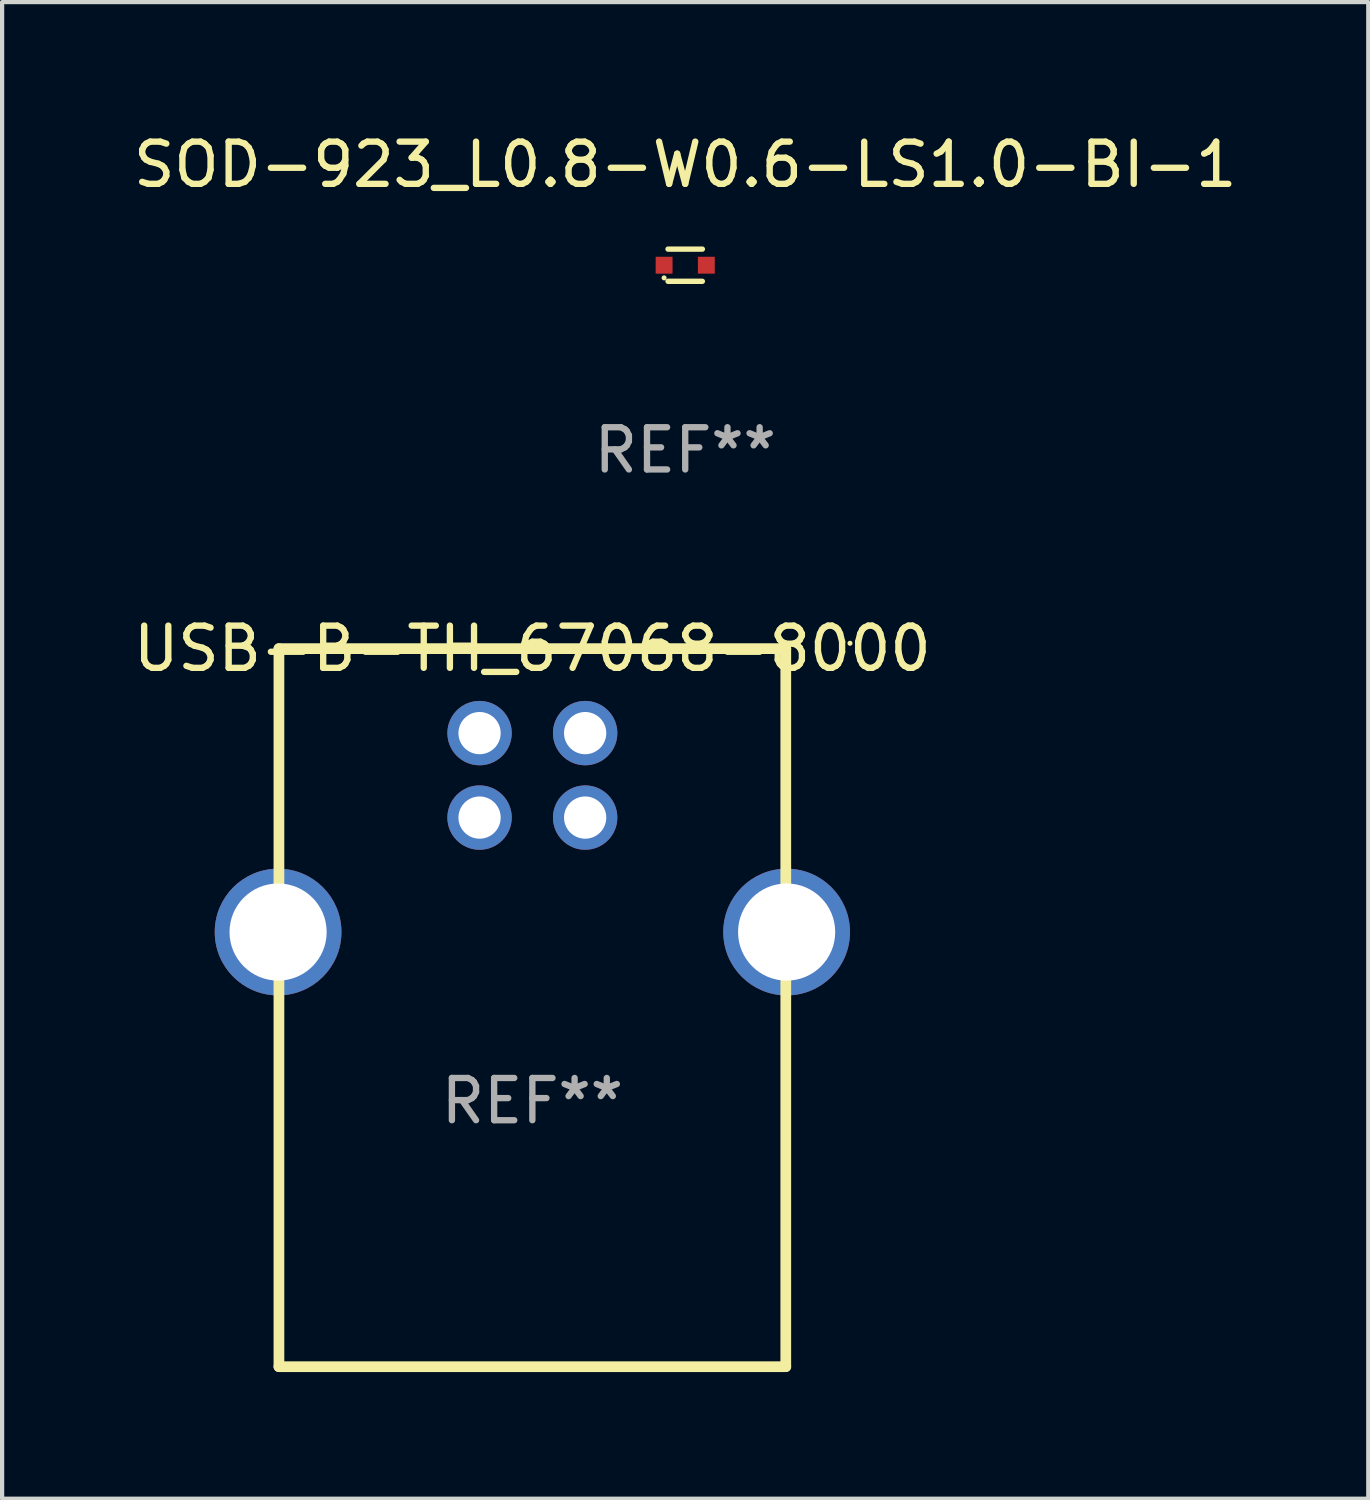
<source format=kicad_pcb>
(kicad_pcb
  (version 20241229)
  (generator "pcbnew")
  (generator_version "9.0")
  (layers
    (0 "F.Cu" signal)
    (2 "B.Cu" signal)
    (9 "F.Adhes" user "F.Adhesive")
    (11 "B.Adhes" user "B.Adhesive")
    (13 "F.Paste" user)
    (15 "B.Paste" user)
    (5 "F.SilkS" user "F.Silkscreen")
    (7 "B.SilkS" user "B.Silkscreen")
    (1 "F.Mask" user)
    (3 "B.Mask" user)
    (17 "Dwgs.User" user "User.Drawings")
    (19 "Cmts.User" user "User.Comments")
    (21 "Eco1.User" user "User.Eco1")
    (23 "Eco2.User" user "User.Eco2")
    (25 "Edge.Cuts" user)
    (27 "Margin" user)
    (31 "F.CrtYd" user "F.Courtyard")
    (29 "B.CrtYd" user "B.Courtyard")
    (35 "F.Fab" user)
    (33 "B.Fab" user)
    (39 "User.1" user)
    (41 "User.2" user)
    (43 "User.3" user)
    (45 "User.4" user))
  (footprint "USB-B-TH_67068-8000"
    (layer "F.Cu")
    (at 9.554 16.662)
    (property "Reference" "USB-B-TH_67068-8000" (at 0 -4.355 0) (layer "F.SilkS") (effects (font (size 1 1) (thickness 0.15))))
    (attr through_hole)
    (fp_line (start -6 -4.355) (end -6 12.645) (stroke (width 0.254) (type solid)) (layer "F.SilkS"))
    (fp_line (start -6 12.645) (end 6 12.645) (stroke (width 0.254) (type solid)) (layer "F.SilkS"))
    (fp_line (start 6 -4.355) (end -6 -4.355) (stroke (width 0.254) (type solid)) (layer "F.SilkS"))
    (fp_line (start 6 12.645) (end 6 -4.355) (stroke (width 0.254) (type solid)) (layer "F.SilkS"))
    (fp_circle (center 7.52 -4.482) (end 7.55 -4.482) (stroke (width 0.06) (type solid)) (fill no) (layer "F.SilkS"))
    (fp_text user "REF**" (at 0 6.355 0) (layer "F.Fab") (effects (font (size 1 1) (thickness 0.15))))
    (pad "1" thru_hole circle (at 1.25 -2.355) (size 1.524 1.524) (drill 1) (layers "*.Cu" "*.Mask"))
    (pad "2" thru_hole circle (at -1.25 -2.355) (size 1.524 1.524) (drill 1) (layers "*.Cu" "*.Mask"))
    (pad "3" thru_hole circle (at -1.25 -0.355) (size 1.524 1.524) (drill 1) (layers "*.Cu" "*.Mask"))
    (pad "4" thru_hole circle (at 1.25 -0.355) (size 1.524 1.524) (drill 1) (layers "*.Cu" "*.Mask"))
    (pad "5" thru_hole circle (at 6.02 2.355) (size 3 3) (drill 2.3) (layers "*.Cu" "*.Mask"))
    (pad "6" thru_hole circle (at -6.02 2.355) (size 3 3) (drill 2.3) (layers "*.Cu" "*.Mask")))
  (footprint "SOD-923_L0.8-W0.6-LS1.0-BI-1"
    (layer "F.Cu")
    (at 13.173 3.229)
    (property "Reference" "SOD-923_L0.8-W0.6-LS1.0-BI-1" (at 0 -2.381 0) (layer "F.SilkS") (effects (font (size 1 1) (thickness 0.15))))
    (attr through_hole)
    (fp_line (start -0.407 -0.381) (end 0.406 -0.381) (stroke (width 0.127) (type solid)) (layer "F.SilkS"))
    (fp_line (start 0.406 0.381) (end -0.407 0.381) (stroke (width 0.127) (type solid)) (layer "F.SilkS"))
    (fp_circle (center -0.5 0.3) (end -0.47 0.3) (stroke (width 0.06) (type solid)) (fill no) (layer "F.SilkS"))
    (fp_text user "REF**" (at 0 4.381 0) (layer "F.Fab") (effects (font (size 1 1) (thickness 0.15))))
    (pad "1" smd rect (at -0.5 0 90) (size 0.4 0.4) (layers "F.Cu" "F.Mask" "F.Paste"))
    (pad "2" smd rect (at 0.5 0 90) (size 0.4 0.4) (layers "F.Cu" "F.Mask" "F.Paste")))
  (gr_rect
    (start -3 -3)
    (end 29.345 32.434)
    (stroke (width 0.1) (type default))
    (fill no)
    (layer "Edge.Cuts")))
</source>
